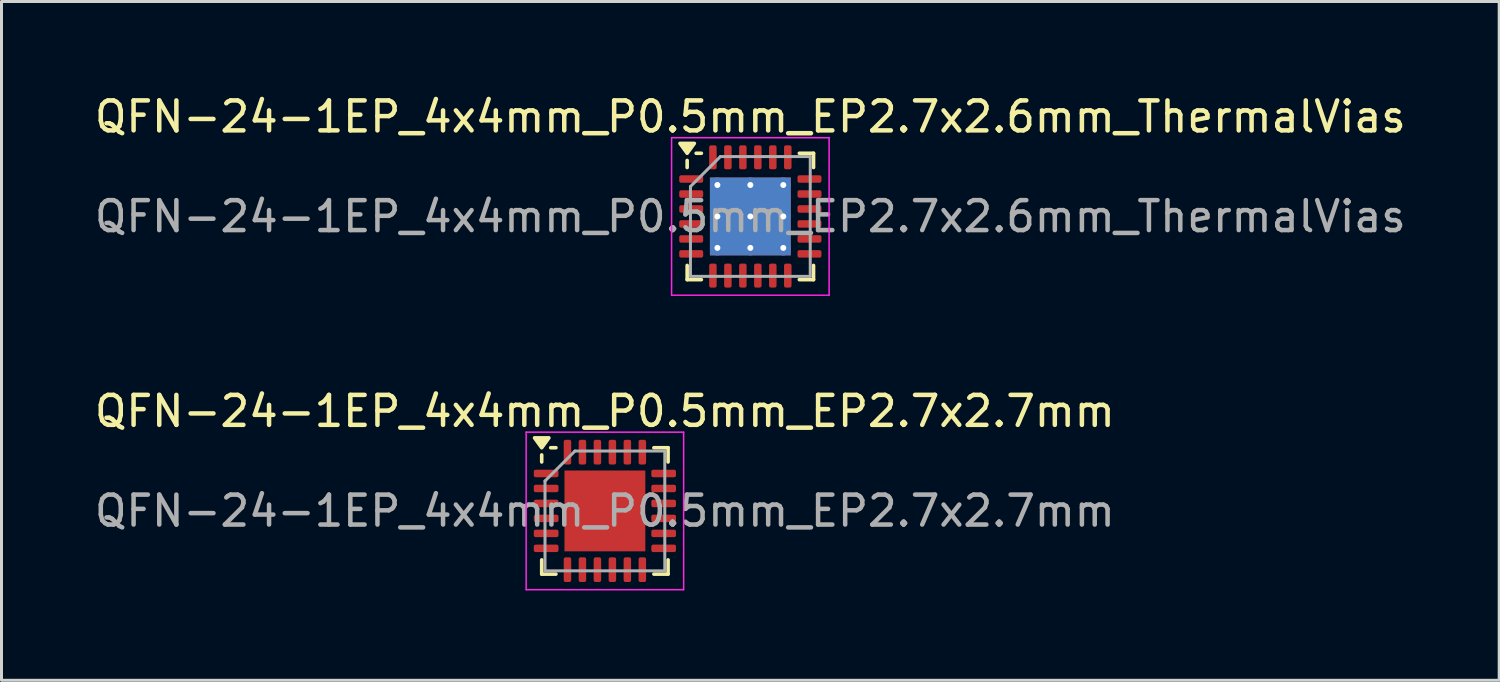
<source format=kicad_pcb>
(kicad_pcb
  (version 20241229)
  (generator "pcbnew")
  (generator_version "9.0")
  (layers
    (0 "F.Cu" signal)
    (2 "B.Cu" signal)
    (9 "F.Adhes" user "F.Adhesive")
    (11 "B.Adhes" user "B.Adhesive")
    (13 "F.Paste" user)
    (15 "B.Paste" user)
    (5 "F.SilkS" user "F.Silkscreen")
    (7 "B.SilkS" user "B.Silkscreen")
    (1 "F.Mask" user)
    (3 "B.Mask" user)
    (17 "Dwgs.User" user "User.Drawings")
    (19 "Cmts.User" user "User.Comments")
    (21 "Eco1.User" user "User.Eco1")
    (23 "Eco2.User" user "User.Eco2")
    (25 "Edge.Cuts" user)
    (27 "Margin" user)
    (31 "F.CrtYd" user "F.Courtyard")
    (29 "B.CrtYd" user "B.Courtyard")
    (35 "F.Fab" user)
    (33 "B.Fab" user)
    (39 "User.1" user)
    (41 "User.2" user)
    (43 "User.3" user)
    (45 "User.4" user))
  (footprint "QFN-24-1EP_4x4mm_P0.5mm_EP2.7x2.7mm"
    (layer "F.Cu")
    (at 17.149 14.011)
    (property "Reference" "QFN-24-1EP_4x4mm_P0.5mm_EP2.7x2.7mm" (at 0 -3.33 0) (layer "F.SilkS") (effects (font (size 1 1) (thickness 0.15))))
    (attr smd)
    (fp_line (start -2.11 -1.635) (end -2.11 -1.87) (stroke (width 0.12) (type solid)) (layer "F.SilkS"))
    (fp_line (start -2.11 2.11) (end -2.11 1.635) (stroke (width 0.12) (type solid)) (layer "F.SilkS"))
    (fp_line (start -1.635 -2.11) (end -1.81 -2.11) (stroke (width 0.12) (type solid)) (layer "F.SilkS"))
    (fp_line (start -1.635 2.11) (end -2.11 2.11) (stroke (width 0.12) (type solid)) (layer "F.SilkS"))
    (fp_line (start 1.635 -2.11) (end 2.11 -2.11) (stroke (width 0.12) (type solid)) (layer "F.SilkS"))
    (fp_line (start 1.635 2.11) (end 2.11 2.11) (stroke (width 0.12) (type solid)) (layer "F.SilkS"))
    (fp_line (start 2.11 -2.11) (end 2.11 -1.635) (stroke (width 0.12) (type solid)) (layer "F.SilkS"))
    (fp_line (start 2.11 2.11) (end 2.11 1.635) (stroke (width 0.12) (type solid)) (layer "F.SilkS"))
    (fp_poly (pts (xy -2.11 -2.11) (xy -2.35 -2.44) (xy -1.87 -2.44) (xy -2.11 -2.11)) (stroke (width 0.12) (type solid)) (fill yes) (layer "F.SilkS"))
    (fp_line (start -2.63 -2.63) (end -2.63 2.63) (stroke (width 0.05) (type solid)) (layer "F.CrtYd"))
    (fp_line (start -2.63 2.63) (end 2.63 2.63) (stroke (width 0.05) (type solid)) (layer "F.CrtYd"))
    (fp_line (start 2.63 -2.63) (end -2.63 -2.63) (stroke (width 0.05) (type solid)) (layer "F.CrtYd"))
    (fp_line (start 2.63 2.63) (end 2.63 -2.63) (stroke (width 0.05) (type solid)) (layer "F.CrtYd"))
    (fp_line (start -2 -1) (end -1 -2) (stroke (width 0.1) (type solid)) (layer "F.Fab"))
    (fp_line (start -2 2) (end -2 -1) (stroke (width 0.1) (type solid)) (layer "F.Fab"))
    (fp_line (start -1 -2) (end 2 -2) (stroke (width 0.1) (type solid)) (layer "F.Fab"))
    (fp_line (start 2 -2) (end 2 2) (stroke (width 0.1) (type solid)) (layer "F.Fab"))
    (fp_line (start 2 2) (end -2 2) (stroke (width 0.1) (type solid)) (layer "F.Fab"))
    (fp_text user "${REFERENCE}" (at 0 0 0) (layer "F.Fab") (effects (font (size 1 1) (thickness 0.15))))
    (pad "" smd roundrect (at -0.675 -0.675) (size 1.09 1.09) (layers "F.Paste") (roundrect_rratio 0.229))
    (pad "" smd roundrect (at -0.675 0.675) (size 1.09 1.09) (layers "F.Paste") (roundrect_rratio 0.229))
    (pad "" smd roundrect (at 0.675 -0.675) (size 1.09 1.09) (layers "F.Paste") (roundrect_rratio 0.229))
    (pad "" smd roundrect (at 0.675 0.675) (size 1.09 1.09) (layers "F.Paste") (roundrect_rratio 0.229))
    (pad "1" smd roundrect (at -1.962 -1.25) (size 0.825 0.25) (layers "F.Cu" "F.Mask" "F.Paste") (roundrect_rratio 0.25))
    (pad "2" smd roundrect (at -1.962 -0.75) (size 0.825 0.25) (layers "F.Cu" "F.Mask" "F.Paste") (roundrect_rratio 0.25))
    (pad "3" smd roundrect (at -1.962 -0.25) (size 0.825 0.25) (layers "F.Cu" "F.Mask" "F.Paste") (roundrect_rratio 0.25))
    (pad "4" smd roundrect (at -1.962 0.25) (size 0.825 0.25) (layers "F.Cu" "F.Mask" "F.Paste") (roundrect_rratio 0.25))
    (pad "5" smd roundrect (at -1.962 0.75) (size 0.825 0.25) (layers "F.Cu" "F.Mask" "F.Paste") (roundrect_rratio 0.25))
    (pad "6" smd roundrect (at -1.962 1.25) (size 0.825 0.25) (layers "F.Cu" "F.Mask" "F.Paste") (roundrect_rratio 0.25))
    (pad "7" smd roundrect (at -1.25 1.962) (size 0.25 0.825) (layers "F.Cu" "F.Mask" "F.Paste") (roundrect_rratio 0.25))
    (pad "8" smd roundrect (at -0.75 1.962) (size 0.25 0.825) (layers "F.Cu" "F.Mask" "F.Paste") (roundrect_rratio 0.25))
    (pad "9" smd roundrect (at -0.25 1.962) (size 0.25 0.825) (layers "F.Cu" "F.Mask" "F.Paste") (roundrect_rratio 0.25))
    (pad "10" smd roundrect (at 0.25 1.962) (size 0.25 0.825) (layers "F.Cu" "F.Mask" "F.Paste") (roundrect_rratio 0.25))
    (pad "11" smd roundrect (at 0.75 1.962) (size 0.25 0.825) (layers "F.Cu" "F.Mask" "F.Paste") (roundrect_rratio 0.25))
    (pad "12" smd roundrect (at 1.25 1.962) (size 0.25 0.825) (layers "F.Cu" "F.Mask" "F.Paste") (roundrect_rratio 0.25))
    (pad "13" smd roundrect (at 1.962 1.25) (size 0.825 0.25) (layers "F.Cu" "F.Mask" "F.Paste") (roundrect_rratio 0.25))
    (pad "14" smd roundrect (at 1.962 0.75) (size 0.825 0.25) (layers "F.Cu" "F.Mask" "F.Paste") (roundrect_rratio 0.25))
    (pad "15" smd roundrect (at 1.962 0.25) (size 0.825 0.25) (layers "F.Cu" "F.Mask" "F.Paste") (roundrect_rratio 0.25))
    (pad "16" smd roundrect (at 1.962 -0.25) (size 0.825 0.25) (layers "F.Cu" "F.Mask" "F.Paste") (roundrect_rratio 0.25))
    (pad "17" smd roundrect (at 1.962 -0.75) (size 0.825 0.25) (layers "F.Cu" "F.Mask" "F.Paste") (roundrect_rratio 0.25))
    (pad "18" smd roundrect (at 1.962 -1.25) (size 0.825 0.25) (layers "F.Cu" "F.Mask" "F.Paste") (roundrect_rratio 0.25))
    (pad "19" smd roundrect (at 1.25 -1.962) (size 0.25 0.825) (layers "F.Cu" "F.Mask" "F.Paste") (roundrect_rratio 0.25))
    (pad "20" smd roundrect (at 0.75 -1.962) (size 0.25 0.825) (layers "F.Cu" "F.Mask" "F.Paste") (roundrect_rratio 0.25))
    (pad "21" smd roundrect (at 0.25 -1.962) (size 0.25 0.825) (layers "F.Cu" "F.Mask" "F.Paste") (roundrect_rratio 0.25))
    (pad "22" smd roundrect (at -0.25 -1.962) (size 0.25 0.825) (layers "F.Cu" "F.Mask" "F.Paste") (roundrect_rratio 0.25))
    (pad "23" smd roundrect (at -0.75 -1.962) (size 0.25 0.825) (layers "F.Cu" "F.Mask" "F.Paste") (roundrect_rratio 0.25))
    (pad "24" smd roundrect (at -1.25 -1.962) (size 0.25 0.825) (layers "F.Cu" "F.Mask" "F.Paste") (roundrect_rratio 0.25))
    (pad "25" smd rect (at 0 0) (size 2.7 2.7) (property pad_prop_heatsink) (layers "F.Cu" "F.Mask")))
  (footprint "QFN-24-1EP_4x4mm_P0.5mm_EP2.7x2.6mm_ThermalVias"
    (layer "F.Cu")
    (at 22.006 4.178)
    (property "Reference" "QFN-24-1EP_4x4mm_P0.5mm_EP2.7x2.6mm_ThermalVias" (at 0 -3.33 0) (layer "F.SilkS") (effects (font (size 1 1) (thickness 0.15))))
    (attr smd)
    (fp_line (start -2.11 -1.635) (end -2.11 -1.87) (stroke (width 0.12) (type solid)) (layer "F.SilkS"))
    (fp_line (start -2.11 2.11) (end -2.11 1.635) (stroke (width 0.12) (type solid)) (layer "F.SilkS"))
    (fp_line (start -1.635 -2.11) (end -1.81 -2.11) (stroke (width 0.12) (type solid)) (layer "F.SilkS"))
    (fp_line (start -1.635 2.11) (end -2.11 2.11) (stroke (width 0.12) (type solid)) (layer "F.SilkS"))
    (fp_line (start 1.635 -2.11) (end 2.11 -2.11) (stroke (width 0.12) (type solid)) (layer "F.SilkS"))
    (fp_line (start 1.635 2.11) (end 2.11 2.11) (stroke (width 0.12) (type solid)) (layer "F.SilkS"))
    (fp_line (start 2.11 -2.11) (end 2.11 -1.635) (stroke (width 0.12) (type solid)) (layer "F.SilkS"))
    (fp_line (start 2.11 2.11) (end 2.11 1.635) (stroke (width 0.12) (type solid)) (layer "F.SilkS"))
    (fp_poly (pts (xy -2.11 -2.11) (xy -2.35 -2.44) (xy -1.87 -2.44) (xy -2.11 -2.11)) (stroke (width 0.12) (type solid)) (fill yes) (layer "F.SilkS"))
    (fp_line (start -2.63 -2.63) (end -2.63 2.63) (stroke (width 0.05) (type solid)) (layer "F.CrtYd"))
    (fp_line (start -2.63 2.63) (end 2.63 2.63) (stroke (width 0.05) (type solid)) (layer "F.CrtYd"))
    (fp_line (start 2.63 -2.63) (end -2.63 -2.63) (stroke (width 0.05) (type solid)) (layer "F.CrtYd"))
    (fp_line (start 2.63 2.63) (end 2.63 -2.63) (stroke (width 0.05) (type solid)) (layer "F.CrtYd"))
    (fp_line (start -2 -1) (end -1 -2) (stroke (width 0.1) (type solid)) (layer "F.Fab"))
    (fp_line (start -2 2) (end -2 -1) (stroke (width 0.1) (type solid)) (layer "F.Fab"))
    (fp_line (start -1 -2) (end 2 -2) (stroke (width 0.1) (type solid)) (layer "F.Fab"))
    (fp_line (start 2 -2) (end 2 2) (stroke (width 0.1) (type solid)) (layer "F.Fab"))
    (fp_line (start 2 2) (end -2 2) (stroke (width 0.1) (type solid)) (layer "F.Fab"))
    (fp_text user "${REFERENCE}" (at 0 0 0) (layer "F.Fab") (effects (font (size 1 1) (thickness 0.15))))
    (pad "" smd roundrect (at -0.675 -0.65) (size 1.17 1.13) (layers "F.Paste") (roundrect_rratio 0.221))
    (pad "" smd roundrect (at -0.675 0.65) (size 1.17 1.13) (layers "F.Paste") (roundrect_rratio 0.221))
    (pad "" smd roundrect (at 0.675 -0.65) (size 1.17 1.13) (layers "F.Paste") (roundrect_rratio 0.221))
    (pad "" smd roundrect (at 0.675 0.65) (size 1.17 1.13) (layers "F.Paste") (roundrect_rratio 0.221))
    (pad "1" smd roundrect (at -1.975 -1.25) (size 0.8 0.25) (layers "F.Cu" "F.Mask" "F.Paste") (roundrect_rratio 0.25))
    (pad "2" smd roundrect (at -1.975 -0.75) (size 0.8 0.25) (layers "F.Cu" "F.Mask" "F.Paste") (roundrect_rratio 0.25))
    (pad "3" smd roundrect (at -1.975 -0.25) (size 0.8 0.25) (layers "F.Cu" "F.Mask" "F.Paste") (roundrect_rratio 0.25))
    (pad "4" smd roundrect (at -1.975 0.25) (size 0.8 0.25) (layers "F.Cu" "F.Mask" "F.Paste") (roundrect_rratio 0.25))
    (pad "5" smd roundrect (at -1.975 0.75) (size 0.8 0.25) (layers "F.Cu" "F.Mask" "F.Paste") (roundrect_rratio 0.25))
    (pad "6" smd roundrect (at -1.975 1.25) (size 0.8 0.25) (layers "F.Cu" "F.Mask" "F.Paste") (roundrect_rratio 0.25))
    (pad "7" smd roundrect (at -1.25 1.975) (size 0.25 0.8) (layers "F.Cu" "F.Mask" "F.Paste") (roundrect_rratio 0.25))
    (pad "8" smd roundrect (at -0.75 1.975) (size 0.25 0.8) (layers "F.Cu" "F.Mask" "F.Paste") (roundrect_rratio 0.25))
    (pad "9" smd roundrect (at -0.25 1.975) (size 0.25 0.8) (layers "F.Cu" "F.Mask" "F.Paste") (roundrect_rratio 0.25))
    (pad "10" smd roundrect (at 0.25 1.975) (size 0.25 0.8) (layers "F.Cu" "F.Mask" "F.Paste") (roundrect_rratio 0.25))
    (pad "11" smd roundrect (at 0.75 1.975) (size 0.25 0.8) (layers "F.Cu" "F.Mask" "F.Paste") (roundrect_rratio 0.25))
    (pad "12" smd roundrect (at 1.25 1.975) (size 0.25 0.8) (layers "F.Cu" "F.Mask" "F.Paste") (roundrect_rratio 0.25))
    (pad "13" smd roundrect (at 1.975 1.25) (size 0.8 0.25) (layers "F.Cu" "F.Mask" "F.Paste") (roundrect_rratio 0.25))
    (pad "14" smd roundrect (at 1.975 0.75) (size 0.8 0.25) (layers "F.Cu" "F.Mask" "F.Paste") (roundrect_rratio 0.25))
    (pad "15" smd roundrect (at 1.975 0.25) (size 0.8 0.25) (layers "F.Cu" "F.Mask" "F.Paste") (roundrect_rratio 0.25))
    (pad "16" smd roundrect (at 1.975 -0.25) (size 0.8 0.25) (layers "F.Cu" "F.Mask" "F.Paste") (roundrect_rratio 0.25))
    (pad "17" smd roundrect (at 1.975 -0.75) (size 0.8 0.25) (layers "F.Cu" "F.Mask" "F.Paste") (roundrect_rratio 0.25))
    (pad "18" smd roundrect (at 1.975 -1.25) (size 0.8 0.25) (layers "F.Cu" "F.Mask" "F.Paste") (roundrect_rratio 0.25))
    (pad "19" smd roundrect (at 1.25 -1.975) (size 0.25 0.8) (layers "F.Cu" "F.Mask" "F.Paste") (roundrect_rratio 0.25))
    (pad "20" smd roundrect (at 0.75 -1.975) (size 0.25 0.8) (layers "F.Cu" "F.Mask" "F.Paste") (roundrect_rratio 0.25))
    (pad "21" smd roundrect (at 0.25 -1.975) (size 0.25 0.8) (layers "F.Cu" "F.Mask" "F.Paste") (roundrect_rratio 0.25))
    (pad "22" smd roundrect (at -0.25 -1.975) (size 0.25 0.8) (layers "F.Cu" "F.Mask" "F.Paste") (roundrect_rratio 0.25))
    (pad "23" smd roundrect (at -0.75 -1.975) (size 0.25 0.8) (layers "F.Cu" "F.Mask" "F.Paste") (roundrect_rratio 0.25))
    (pad "24" smd roundrect (at -1.25 -1.975) (size 0.25 0.8) (layers "F.Cu" "F.Mask" "F.Paste") (roundrect_rratio 0.25))
    (pad "25" thru_hole circle (at -1.1 -1.05) (size 0.5 0.5) (drill 0.2) (property pad_prop_heatsink) (layers "*.Cu"))
    (pad "25" thru_hole circle (at -1.1 0) (size 0.5 0.5) (drill 0.2) (property pad_prop_heatsink) (layers "*.Cu"))
    (pad "25" thru_hole circle (at -1.1 1.05) (size 0.5 0.5) (drill 0.2) (property pad_prop_heatsink) (layers "*.Cu"))
    (pad "25" thru_hole circle (at 0 -1.05) (size 0.5 0.5) (drill 0.2) (property pad_prop_heatsink) (layers "*.Cu"))
    (pad "25" thru_hole circle (at 0 0) (size 0.5 0.5) (drill 0.2) (property pad_prop_heatsink) (layers "*.Cu"))
    (pad "25" smd rect (at 0 0) (size 2.7 2.6) (property pad_prop_heatsink) (layers "F.Cu" "F.Mask"))
    (pad "25" smd rect (at 0 0) (size 2.7 2.6) (property pad_prop_heatsink) (layers "B.Cu"))
    (pad "25" thru_hole circle (at 0 1.05) (size 0.5 0.5) (drill 0.2) (property pad_prop_heatsink) (layers "*.Cu"))
    (pad "25" thru_hole circle (at 1.1 -1.05) (size 0.5 0.5) (drill 0.2) (property pad_prop_heatsink) (layers "*.Cu"))
    (pad "25" thru_hole circle (at 1.1 0) (size 0.5 0.5) (drill 0.2) (property pad_prop_heatsink) (layers "*.Cu"))
    (pad "25" thru_hole circle (at 1.1 1.05) (size 0.5 0.5) (drill 0.2) (property pad_prop_heatsink) (layers "*.Cu")))
  (gr_rect
    (start -3 -3)
    (end 47.012 19.666)
    (stroke (width 0.1) (type default))
    (fill no)
    (layer "Edge.Cuts")))
</source>
